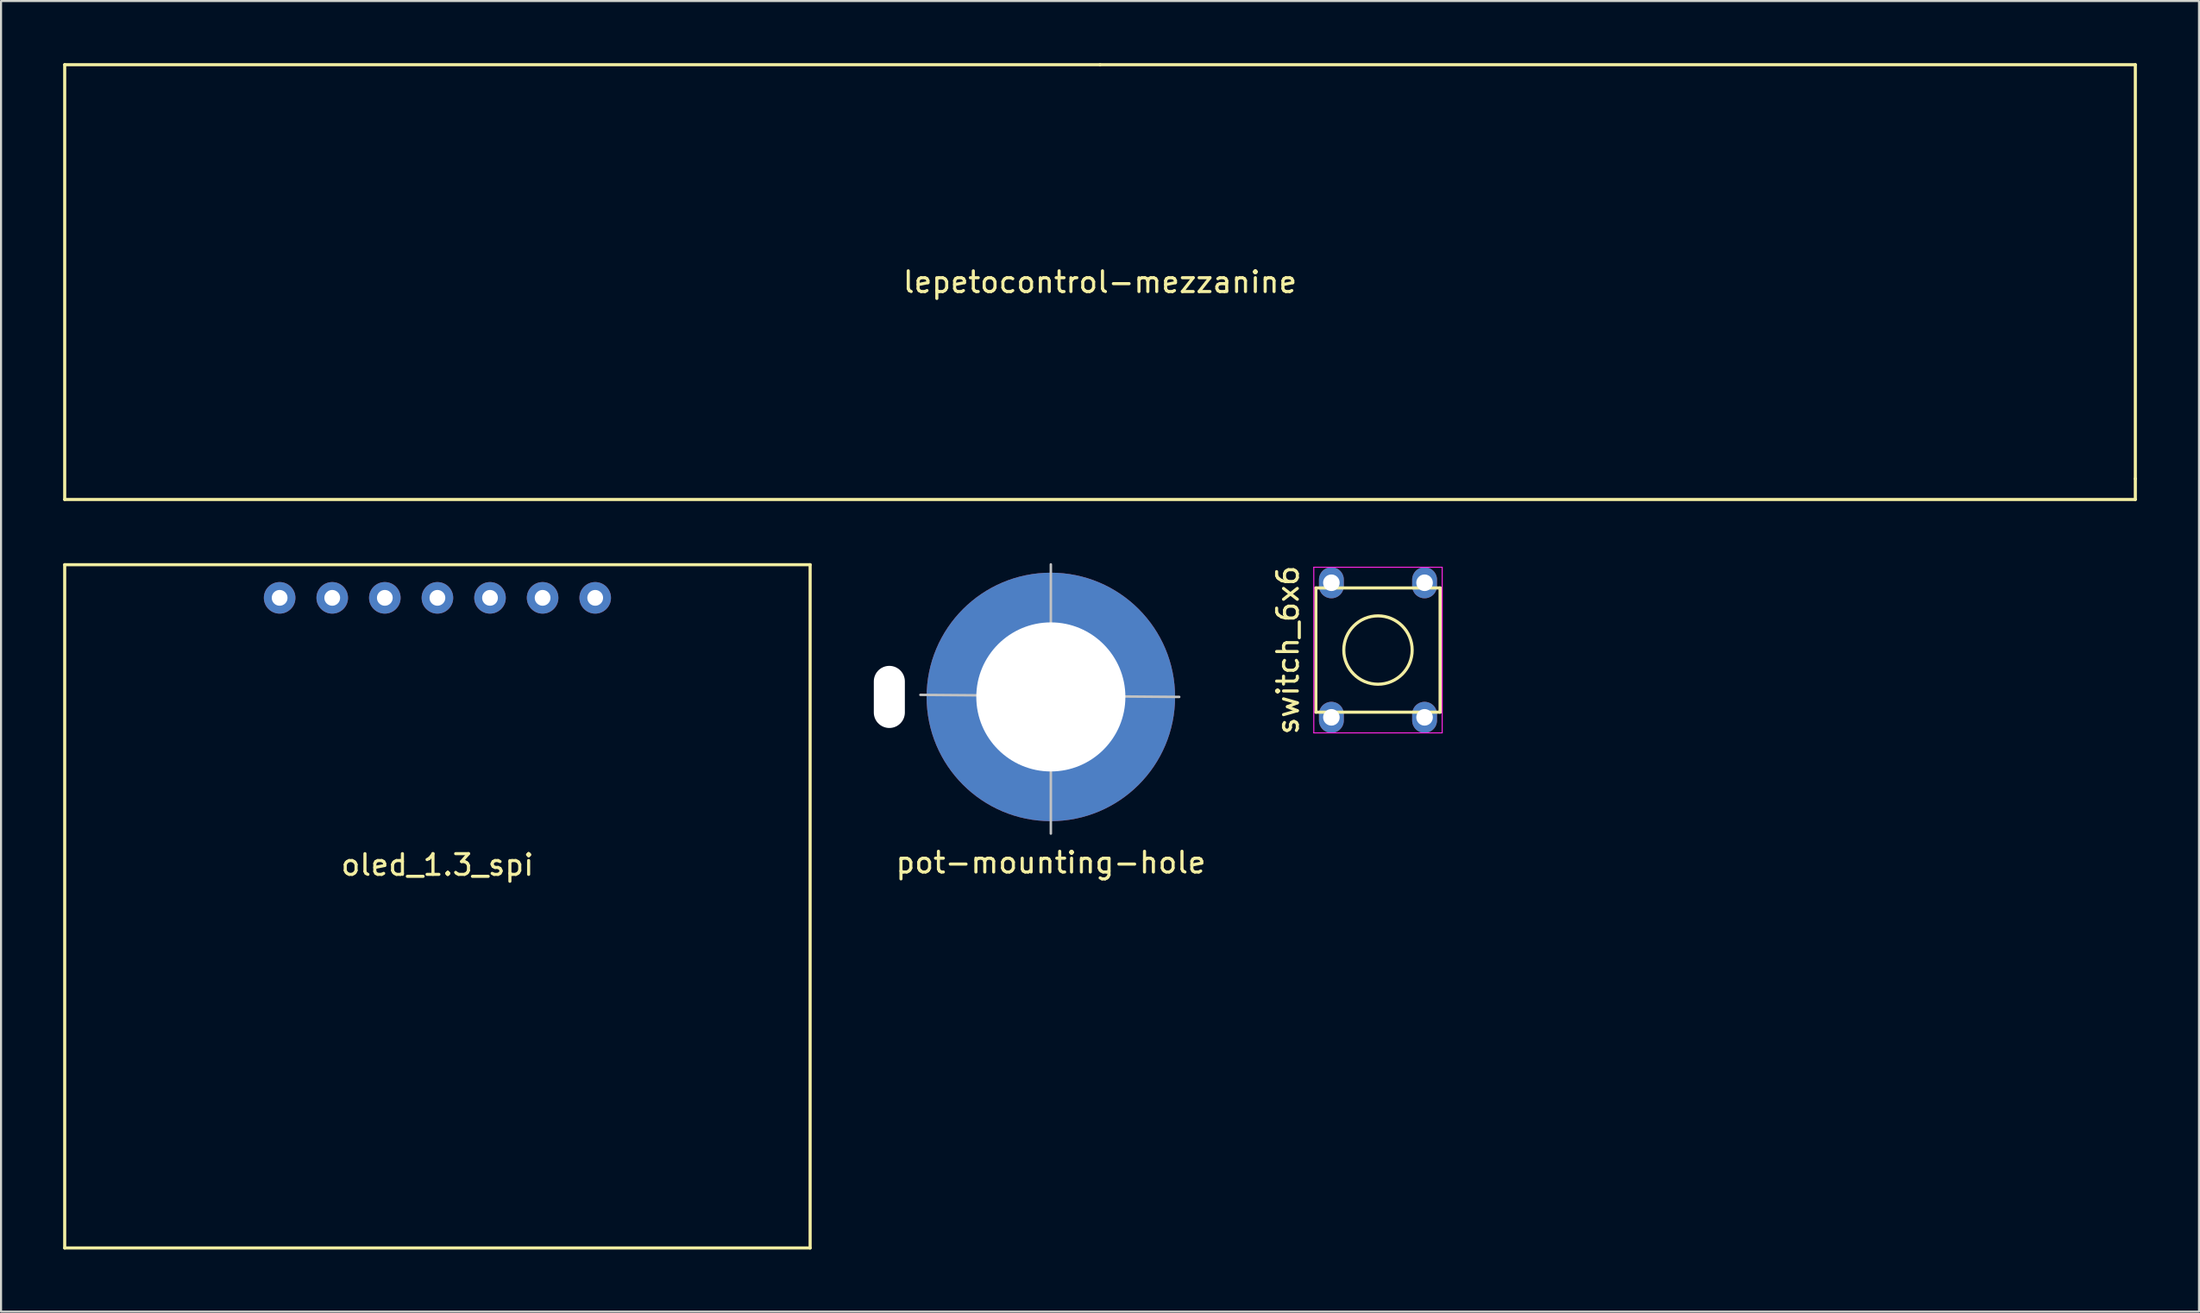
<source format=kicad_pcb>
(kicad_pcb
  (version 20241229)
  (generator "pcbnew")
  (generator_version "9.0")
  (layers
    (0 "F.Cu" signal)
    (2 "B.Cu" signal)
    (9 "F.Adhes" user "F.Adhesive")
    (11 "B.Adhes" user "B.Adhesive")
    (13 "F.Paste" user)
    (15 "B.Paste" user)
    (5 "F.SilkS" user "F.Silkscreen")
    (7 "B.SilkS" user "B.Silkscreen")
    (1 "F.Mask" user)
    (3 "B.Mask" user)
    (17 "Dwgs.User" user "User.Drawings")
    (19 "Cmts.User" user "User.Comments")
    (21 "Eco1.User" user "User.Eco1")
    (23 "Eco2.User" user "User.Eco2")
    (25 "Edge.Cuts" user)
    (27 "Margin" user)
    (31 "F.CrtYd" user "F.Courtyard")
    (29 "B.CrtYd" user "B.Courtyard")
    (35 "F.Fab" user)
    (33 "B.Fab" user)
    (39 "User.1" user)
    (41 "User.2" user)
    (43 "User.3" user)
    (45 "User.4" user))
  (footprint "switch_6x6"
    (layer "F.Cu")
    (at 63.499 28.346)
    (property "Reference" "switch_6x6" (at -4.35 0 90) (layer "F.SilkS") (effects (font (size 1 1) (thickness 0.15))))
    (attr through_hole)
    (fp_line (start -3 -3) (end 3 -3) (stroke (width 0.15) (type solid)) (layer "F.SilkS"))
    (fp_line (start -3 3) (end -3 -3) (stroke (width 0.15) (type solid)) (layer "F.SilkS"))
    (fp_line (start 3 -3) (end 3 3) (stroke (width 0.15) (type solid)) (layer "F.SilkS"))
    (fp_line (start 3 3) (end -3 3) (stroke (width 0.15) (type solid)) (layer "F.SilkS"))
    (fp_circle (center 0 0) (end 1.651 0) (stroke (width 0.15) (type solid)) (fill no) (layer "F.SilkS"))
    (fp_line (start -3.1 -4) (end 3.1 -4) (stroke (width 0.05) (type solid)) (layer "F.CrtYd"))
    (fp_line (start -3.1 4) (end -3.1 -4) (stroke (width 0.05) (type solid)) (layer "F.CrtYd"))
    (fp_line (start 3.1 -4) (end 3.1 4) (stroke (width 0.05) (type solid)) (layer "F.CrtYd"))
    (fp_line (start 3.1 4) (end -3.1 4) (stroke (width 0.05) (type solid)) (layer "F.CrtYd"))
    (pad "1" thru_hole oval (at -2.25 -3.25) (size 1.2 1.5) (drill 0.8) (layers "*.Cu" "*.Mask"))
    (pad "1" thru_hole oval (at -2.25 3.25) (size 1.2 1.5) (drill 0.8) (layers "*.Cu" "*.Mask"))
    (pad "2" thru_hole oval (at 2.25 -3.25) (size 1.2 1.5) (drill 0.8) (layers "*.Cu" "*.Mask"))
    (pad "2" thru_hole oval (at 2.25 3.25) (size 1.2 1.5) (drill 0.8) (layers "*.Cu" "*.Mask")))
  (footprint "oled_1.3_spi"
    (layer "F.Cu")
    (at 18.075 40.225)
    (property "Reference" "oled_1.3_spi" (at 0 -1.5 0) (layer "F.SilkS") (effects (font (size 1 1) (thickness 0.15))))
    (attr through_hole)
    (fp_line (start -18 -16) (end 18 -16) (stroke (width 0.15) (type solid)) (layer "F.SilkS"))
    (fp_line (start -18 17) (end -18 -16) (stroke (width 0.15) (type solid)) (layer "F.SilkS"))
    (fp_line (start 18 -16) (end 18 17) (stroke (width 0.15) (type solid)) (layer "F.SilkS"))
    (fp_line (start 18 17) (end -18 17) (stroke (width 0.15) (type solid)) (layer "F.SilkS"))
    (pad "1" thru_hole circle (at -7.62 -14.4) (size 1.524 1.524) (drill 0.762) (layers "*.Cu" "*.Mask"))
    (pad "2" thru_hole circle (at -5.08 -14.4) (size 1.524 1.524) (drill 0.762) (layers "*.Cu" "*.Mask"))
    (pad "3" thru_hole circle (at -2.54 -14.4) (size 1.524 1.524) (drill 0.762) (layers "*.Cu" "*.Mask"))
    (pad "4" thru_hole circle (at 0 -14.4) (size 1.524 1.524) (drill 0.762) (layers "*.Cu" "*.Mask"))
    (pad "5" thru_hole circle (at 2.54 -14.4) (size 1.524 1.524) (drill 0.762) (layers "*.Cu" "*.Mask"))
    (pad "6" thru_hole circle (at 5.08 -14.4) (size 1.524 1.524) (drill 0.762) (layers "*.Cu" "*.Mask"))
    (pad "7" thru_hole circle (at 7.62 -14.4) (size 1.524 1.524) (drill 0.762) (layers "*.Cu" "*.Mask")))
  (footprint "lepetocontrol-mezzanine"
    (layer "F.Cu")
    (at 50.075 10.575)
    (property "Reference" "lepetocontrol-mezzanine" (at 0 0 0) (layer "F.SilkS") (effects (font (size 1 1) (thickness 0.15))))
    (attr through_hole)
    (fp_line (start -50 -10.5) (end 0 -10.5) (stroke (width 0.15) (type solid)) (layer "F.SilkS"))
    (fp_line (start -50 10.5) (end -50 -10.5) (stroke (width 0.15) (type solid)) (layer "F.SilkS"))
    (fp_line (start 0 -10.5) (end 50 -10.5) (stroke (width 0.15) (type solid)) (layer "F.SilkS"))
    (fp_line (start 50 -10.5) (end 50 9.5) (stroke (width 0.15) (type solid)) (layer "F.SilkS"))
    (fp_line (start 50 9.5) (end 50 10.5) (stroke (width 0.15) (type solid)) (layer "F.SilkS"))
    (fp_line (start 50 10.5) (end -50 10.5) (stroke (width 0.15) (type solid)) (layer "F.SilkS")))
  (footprint "pot-mounting-hole"
    (layer "F.Cu")
    (at 47.7 30.61)
    (property "Reference" "pot-mounting-hole" (at 0 8 0) (layer "F.SilkS") (effects (font (size 1 1) (thickness 0.15))))
    (attr through_hole)
    (fp_line (start 0 -6.4) (end 0 6.6) (stroke (width 0.12) (type solid)) (layer "Dwgs.User"))
    (fp_line (start 6.2 0) (end -6.3 -0.1) (stroke (width 0.12) (type solid)) (layer "Dwgs.User"))
    (pad "" np_thru_hole oval (at -7.8 0) (size 1.5 3) (drill oval 1.5 3) (layers "*.Cu" "*.Mask"))
    (pad "" thru_hole circle (at 0 0) (size 12 12) (drill 7.2) (layers "*.Cu" "*.Mask")))
  (gr_rect
    (start -3 -3)
    (end 103.15 60.3)
    (stroke (width 0.1) (type default))
    (fill no)
    (layer "Edge.Cuts")))
</source>
